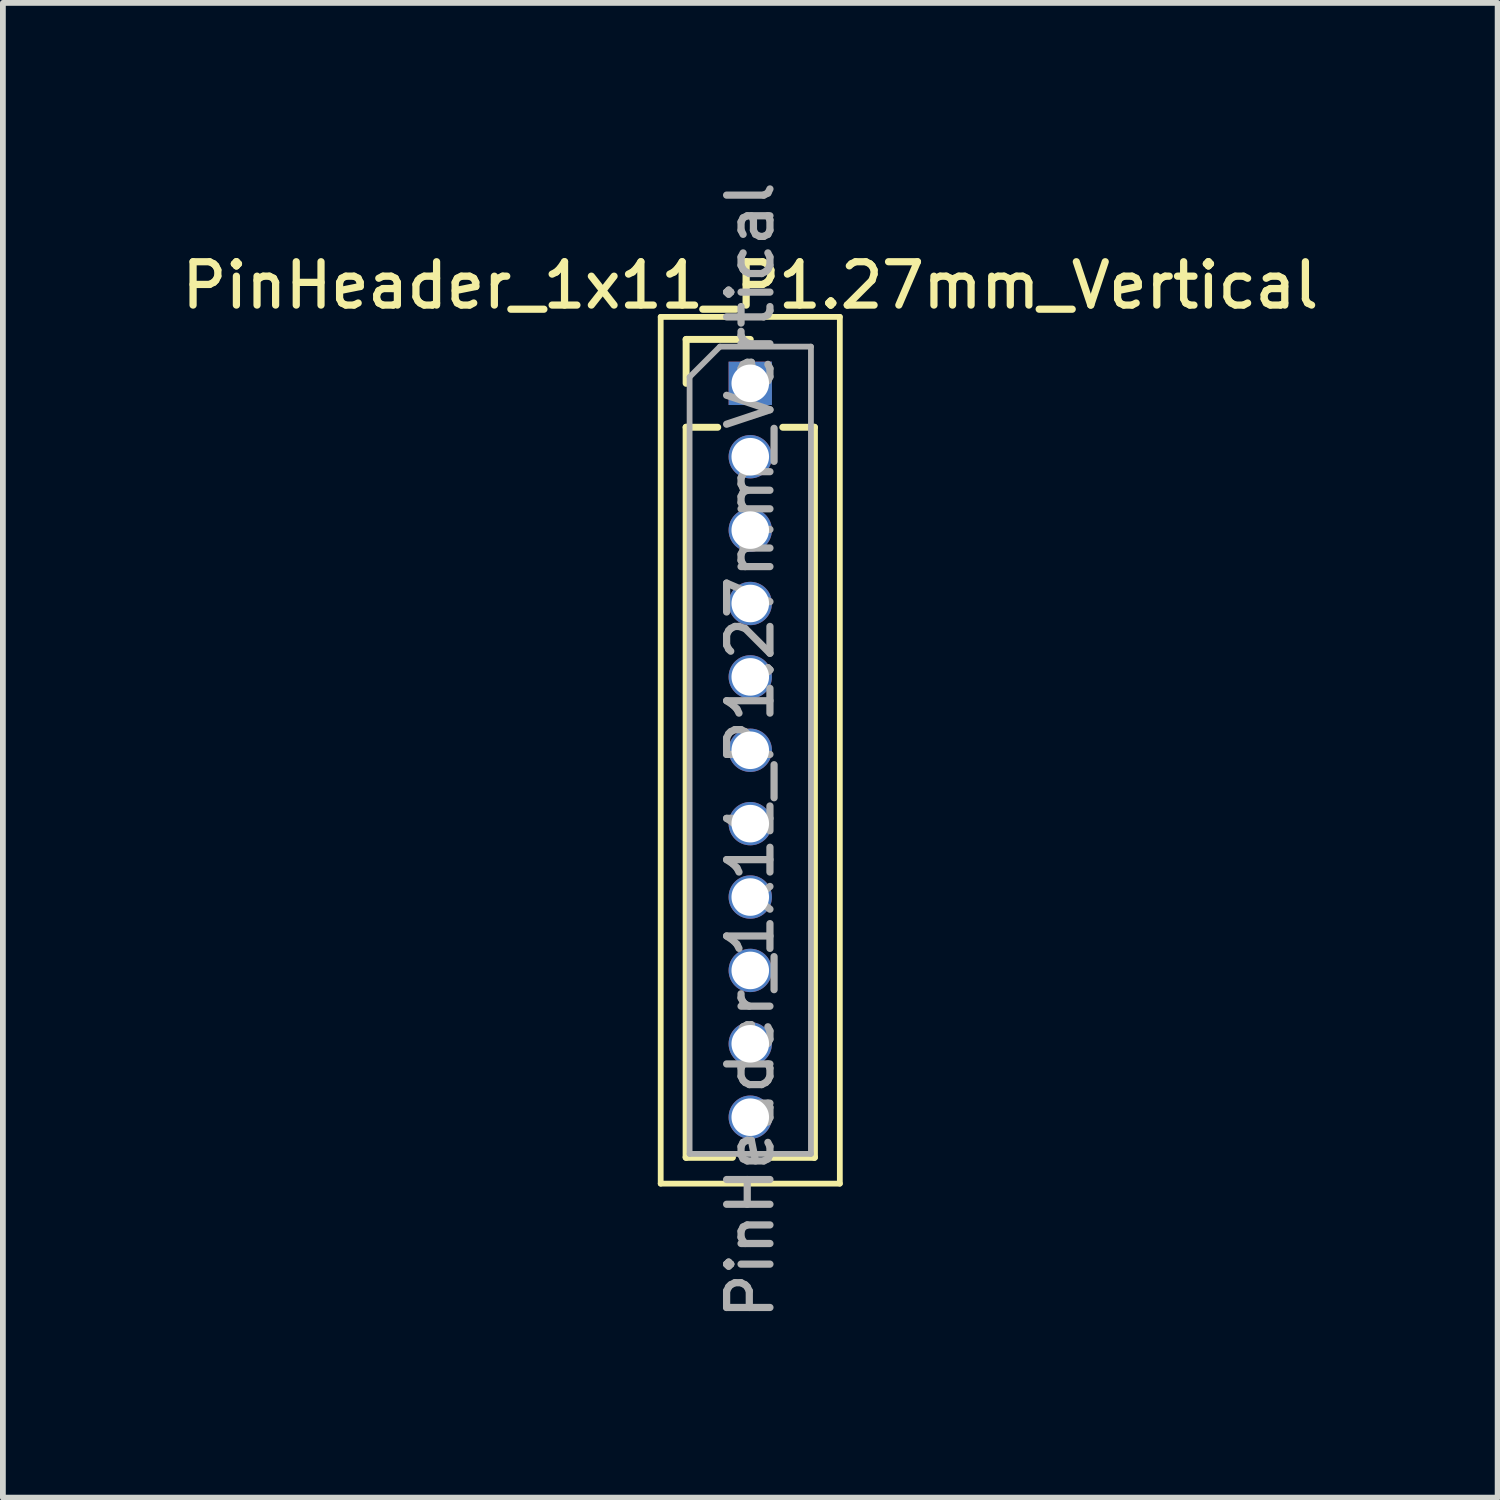
<source format=kicad_pcb>
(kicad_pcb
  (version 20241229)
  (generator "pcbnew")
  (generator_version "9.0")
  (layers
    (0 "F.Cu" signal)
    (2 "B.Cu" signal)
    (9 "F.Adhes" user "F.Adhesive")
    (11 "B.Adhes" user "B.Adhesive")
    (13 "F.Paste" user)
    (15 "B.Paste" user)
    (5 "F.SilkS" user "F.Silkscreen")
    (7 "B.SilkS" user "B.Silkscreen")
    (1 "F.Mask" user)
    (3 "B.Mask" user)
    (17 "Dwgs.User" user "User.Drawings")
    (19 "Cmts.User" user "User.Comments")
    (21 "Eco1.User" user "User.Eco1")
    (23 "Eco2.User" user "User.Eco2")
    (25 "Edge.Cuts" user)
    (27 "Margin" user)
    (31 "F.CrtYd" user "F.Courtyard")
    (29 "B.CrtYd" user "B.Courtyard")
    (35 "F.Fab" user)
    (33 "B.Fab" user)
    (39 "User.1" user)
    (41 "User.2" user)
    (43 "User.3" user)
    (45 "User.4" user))
  (footprint "PinHeader_1x11_P1.27mm_Vertical"
    (layer "F.Cu")
    (at 9.934 3.584)
    (property "Reference" "PinHeader_1x11_P1.27mm_Vertical" (at 0 -1.695 0) (layer "F.SilkS") (effects (font (size 0.75 0.75) (thickness 0.125))))
    (attr through_hole)
    (fp_line (start -1.55 -1.15) (end -1.55 13.85) (stroke (width 0.1) (type solid)) (layer "F.SilkS"))
    (fp_line (start -1.55 13.85) (end 1.55 13.85) (stroke (width 0.1) (type solid)) (layer "F.SilkS"))
    (fp_line (start -1.11 -0.76) (end 0 -0.76) (stroke (width 0.12) (type solid)) (layer "F.SilkS"))
    (fp_line (start -1.11 0) (end -1.11 -0.76) (stroke (width 0.12) (type solid)) (layer "F.SilkS"))
    (fp_line (start -1.11 0.76) (end -1.11 13.395) (stroke (width 0.12) (type solid)) (layer "F.SilkS"))
    (fp_line (start -1.11 0.76) (end -0.563 0.76) (stroke (width 0.12) (type solid)) (layer "F.SilkS"))
    (fp_line (start -1.11 13.395) (end -0.308 13.395) (stroke (width 0.12) (type solid)) (layer "F.SilkS"))
    (fp_line (start 0.308 13.395) (end 1.11 13.395) (stroke (width 0.12) (type solid)) (layer "F.SilkS"))
    (fp_line (start 0.563 0.76) (end 1.11 0.76) (stroke (width 0.12) (type solid)) (layer "F.SilkS"))
    (fp_line (start 1.11 0.76) (end 1.11 13.395) (stroke (width 0.12) (type solid)) (layer "F.SilkS"))
    (fp_line (start 1.55 -1.15) (end -1.55 -1.15) (stroke (width 0.1) (type solid)) (layer "F.SilkS"))
    (fp_line (start 1.55 13.85) (end 1.55 -1.15) (stroke (width 0.1) (type solid)) (layer "F.SilkS"))
    (fp_line (start -1.05 -0.11) (end -0.525 -0.635) (stroke (width 0.1) (type solid)) (layer "F.Fab"))
    (fp_line (start -1.05 13.335) (end -1.05 -0.11) (stroke (width 0.1) (type solid)) (layer "F.Fab"))
    (fp_line (start -0.525 -0.635) (end 1.05 -0.635) (stroke (width 0.1) (type solid)) (layer "F.Fab"))
    (fp_line (start 1.05 -0.635) (end 1.05 13.335) (stroke (width 0.1) (type solid)) (layer "F.Fab"))
    (fp_line (start 1.05 13.335) (end -1.05 13.335) (stroke (width 0.1) (type solid)) (layer "F.Fab"))
    (fp_text user "${REFERENCE}" (at 0 6.35 90) (layer "F.Fab") (effects (font (size 0.75 0.75) (thickness 0.125))))
    (pad "1" thru_hole rect (at 0 0) (size 0.75 0.75) (drill 0.65) (layers "*.Cu" "*.Mask"))
    (pad "2" thru_hole oval (at 0 1.27) (size 0.75 0.75) (drill 0.65) (layers "*.Cu" "*.Mask"))
    (pad "3" thru_hole oval (at 0 2.54) (size 0.75 0.75) (drill 0.65) (layers "*.Cu" "*.Mask"))
    (pad "4" thru_hole oval (at 0 3.81) (size 0.75 0.75) (drill 0.65) (layers "*.Cu" "*.Mask"))
    (pad "5" thru_hole oval (at 0 5.08) (size 0.75 0.75) (drill 0.65) (layers "*.Cu" "*.Mask"))
    (pad "6" thru_hole oval (at 0 6.35) (size 0.75 0.75) (drill 0.65) (layers "*.Cu" "*.Mask"))
    (pad "7" thru_hole oval (at 0 7.62) (size 0.75 0.75) (drill 0.65) (layers "*.Cu" "*.Mask"))
    (pad "8" thru_hole oval (at 0 8.89) (size 0.75 0.75) (drill 0.65) (layers "*.Cu" "*.Mask"))
    (pad "9" thru_hole oval (at 0 10.16) (size 0.75 0.75) (drill 0.65) (layers "*.Cu" "*.Mask"))
    (pad "10" thru_hole oval (at 0 11.43) (size 0.75 0.75) (drill 0.65) (layers "*.Cu" "*.Mask"))
    (pad "11" thru_hole oval (at 0 12.7) (size 0.75 0.75) (drill 0.65) (layers "*.Cu" "*.Mask")))
  (gr_rect
    (start -3 -3)
    (end 22.868 22.868)
    (stroke (width 0.1) (type default))
    (fill no)
    (layer "Edge.Cuts")))
</source>
